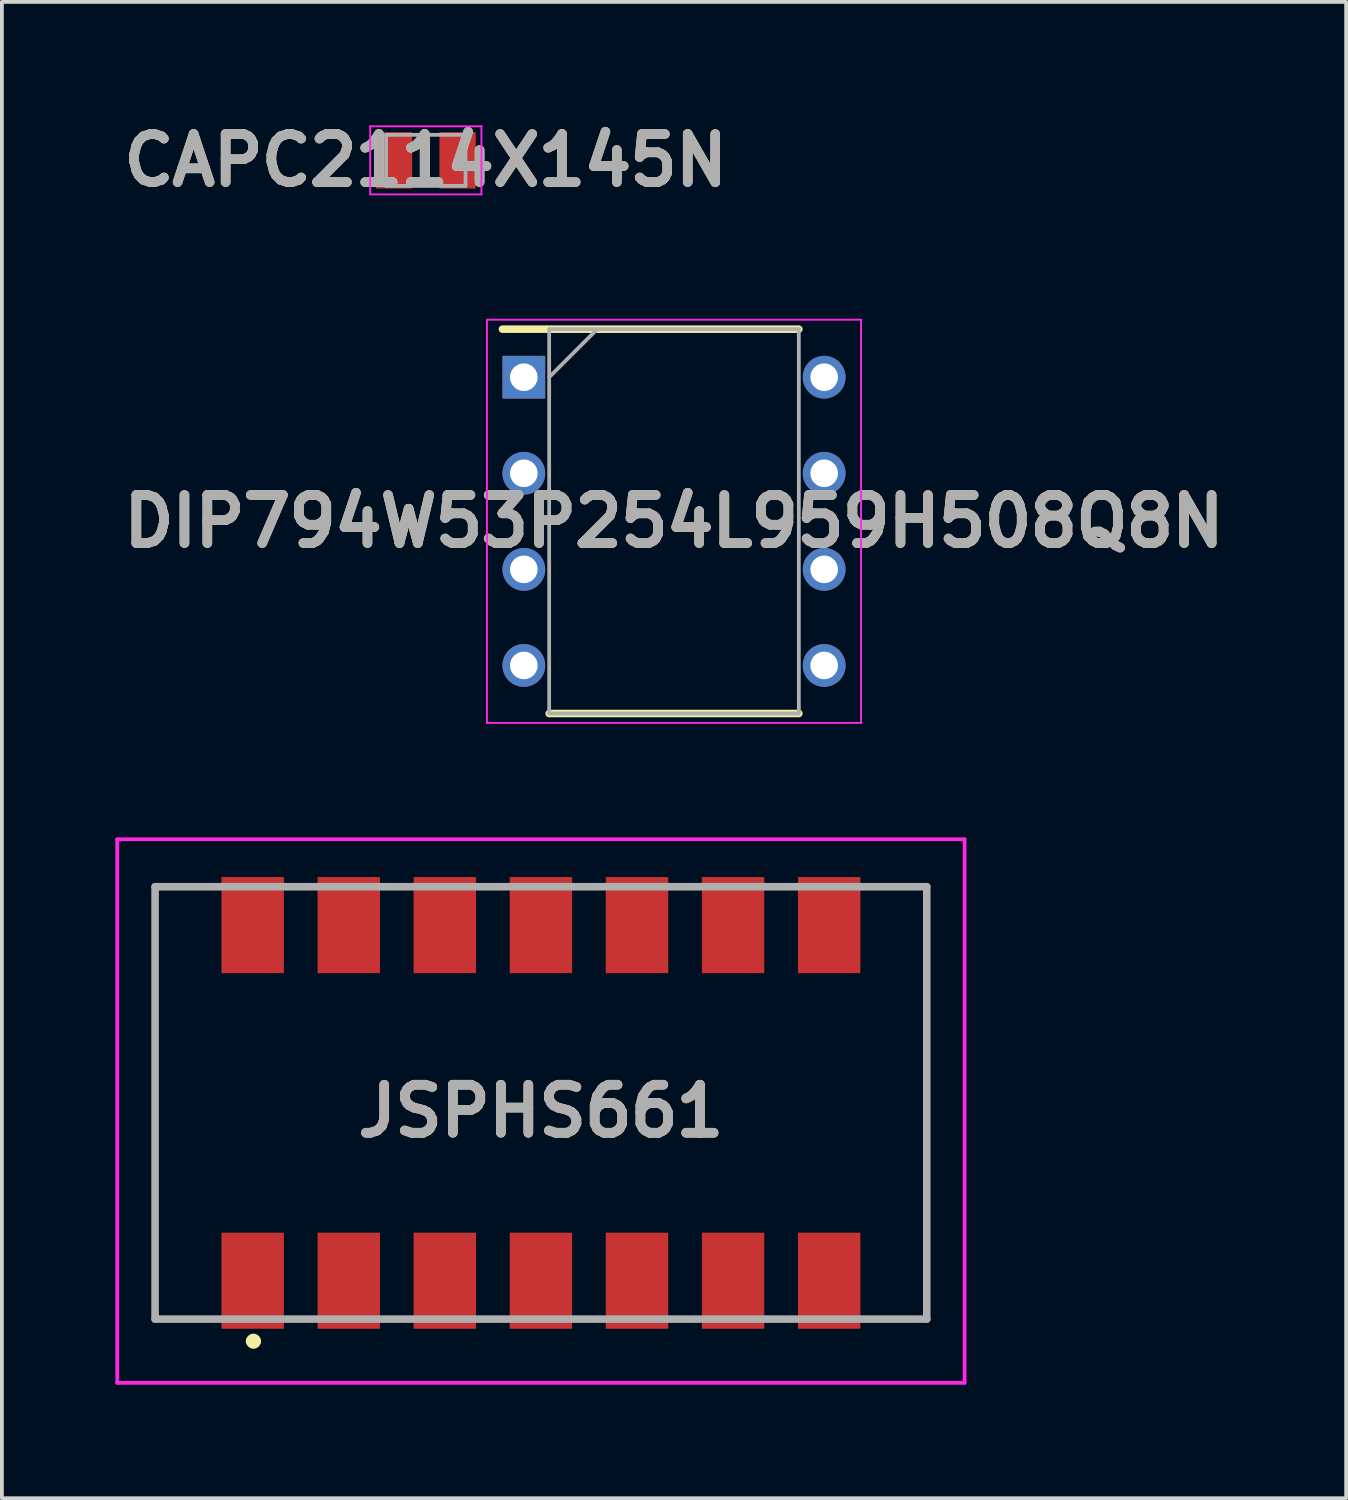
<source format=kicad_pcb>
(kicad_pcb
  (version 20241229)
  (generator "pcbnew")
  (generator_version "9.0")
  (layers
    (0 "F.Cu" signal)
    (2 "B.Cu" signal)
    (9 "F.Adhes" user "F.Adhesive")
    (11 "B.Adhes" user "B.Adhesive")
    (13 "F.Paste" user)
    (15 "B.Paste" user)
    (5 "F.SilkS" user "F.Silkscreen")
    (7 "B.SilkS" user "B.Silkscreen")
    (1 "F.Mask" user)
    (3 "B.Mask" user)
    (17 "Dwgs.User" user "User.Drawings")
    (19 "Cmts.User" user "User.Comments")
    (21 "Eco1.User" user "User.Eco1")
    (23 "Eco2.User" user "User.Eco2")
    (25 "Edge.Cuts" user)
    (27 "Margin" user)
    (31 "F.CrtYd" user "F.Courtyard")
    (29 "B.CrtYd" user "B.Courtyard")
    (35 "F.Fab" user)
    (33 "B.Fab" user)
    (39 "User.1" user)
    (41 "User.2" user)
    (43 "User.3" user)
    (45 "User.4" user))
  (footprint "JSPHS661"
    (layer "F.Cu")
    (at 11.25 26.322)
    (property "Reference" "JSPHS661" (at 0 0 0) (layer "F.SilkS") (effects (font (size 1.27 1.27) (thickness 0.254))))
    (attr smd)
    (fp_line (start -10.2 -5.93) (end -10.2 5.5) (stroke (width 0.1) (type solid)) (layer "F.SilkS"))
    (fp_line (start -10.2 5.5) (end -9 5.5) (stroke (width 0.1) (type solid)) (layer "F.SilkS"))
    (fp_line (start -9 -5.93) (end -10.2 -5.93) (stroke (width 0.1) (type solid)) (layer "F.SilkS"))
    (fp_line (start -7.7 6.085) (end -7.7 6.085) (stroke (width 0.2) (type solid)) (layer "F.SilkS"))
    (fp_line (start -7.5 6.085) (end -7.5 6.085) (stroke (width 0.2) (type solid)) (layer "F.SilkS"))
    (fp_line (start 9 -5.93) (end 10.2 -5.93) (stroke (width 0.1) (type solid)) (layer "F.SilkS"))
    (fp_line (start 10.2 -5.93) (end 10.2 5.5) (stroke (width 0.1) (type solid)) (layer "F.SilkS"))
    (fp_line (start 10.2 5.5) (end 9 5.5) (stroke (width 0.1) (type solid)) (layer "F.SilkS"))
    (fp_arc (start -7.7 6.085) (mid -7.6 5.985) (end -7.5 6.085) (stroke (width 0.2) (type solid)) (layer "F.SilkS"))
    (fp_arc (start -7.5 6.085) (mid -7.6 6.185) (end -7.7 6.085) (stroke (width 0.2) (type solid)) (layer "F.SilkS"))
    (fp_line (start -11.2 -7.185) (end 11.2 -7.185) (stroke (width 0.1) (type solid)) (layer "F.CrtYd"))
    (fp_line (start -11.2 7.185) (end -11.2 -7.185) (stroke (width 0.1) (type solid)) (layer "F.CrtYd"))
    (fp_line (start 11.2 -7.185) (end 11.2 7.185) (stroke (width 0.1) (type solid)) (layer "F.CrtYd"))
    (fp_line (start 11.2 7.185) (end -11.2 7.185) (stroke (width 0.1) (type solid)) (layer "F.CrtYd"))
    (fp_line (start -10.2 -5.93) (end 10.2 -5.93) (stroke (width 0.2) (type solid)) (layer "F.Fab"))
    (fp_line (start -10.2 5.5) (end -10.2 -5.93) (stroke (width 0.2) (type solid)) (layer "F.Fab"))
    (fp_line (start 10.2 -5.93) (end 10.2 5.5) (stroke (width 0.2) (type solid)) (layer "F.Fab"))
    (fp_line (start 10.2 5.5) (end -10.2 5.5) (stroke (width 0.2) (type solid)) (layer "F.Fab"))
    (fp_text user "${REFERENCE}" (at 0 0 0) (layer "F.Fab") (effects (font (size 1.27 1.27) (thickness 0.254))))
    (pad "1" smd rect (at -7.62 4.485) (size 1.65 2.54) (layers "F.Cu" "F.Mask" "F.Paste"))
    (pad "2" smd rect (at -5.08 4.485) (size 1.65 2.54) (layers "F.Cu" "F.Mask" "F.Paste"))
    (pad "3" smd rect (at -2.54 4.485) (size 1.65 2.54) (layers "F.Cu" "F.Mask" "F.Paste"))
    (pad "4" smd rect (at 0 4.485) (size 1.65 2.54) (layers "F.Cu" "F.Mask" "F.Paste"))
    (pad "5" smd rect (at 2.54 4.485) (size 1.65 2.54) (layers "F.Cu" "F.Mask" "F.Paste"))
    (pad "6" smd rect (at 5.08 4.485) (size 1.65 2.54) (layers "F.Cu" "F.Mask" "F.Paste"))
    (pad "7" smd rect (at 7.62 4.485) (size 1.65 2.54) (layers "F.Cu" "F.Mask" "F.Paste"))
    (pad "8" smd rect (at 7.62 -4.915) (size 1.65 2.54) (layers "F.Cu" "F.Mask" "F.Paste"))
    (pad "9" smd rect (at 5.08 -4.915) (size 1.65 2.54) (layers "F.Cu" "F.Mask" "F.Paste"))
    (pad "10" smd rect (at 2.54 -4.915) (size 1.65 2.54) (layers "F.Cu" "F.Mask" "F.Paste"))
    (pad "11" smd rect (at 0 -4.915) (size 1.65 2.54) (layers "F.Cu" "F.Mask" "F.Paste"))
    (pad "12" smd rect (at -2.54 -4.915) (size 1.65 2.54) (layers "F.Cu" "F.Mask" "F.Paste"))
    (pad "13" smd rect (at -5.08 -4.915) (size 1.65 2.54) (layers "F.Cu" "F.Mask" "F.Paste"))
    (pad "14" smd rect (at -7.62 -4.915) (size 1.65 2.54) (layers "F.Cu" "F.Mask" "F.Paste")))
  (footprint "CAPC2114X145N"
    (layer "F.Cu")
    (at 8.207 1.189)
    (property "Reference" "CAPC2114X145N" (at 0 0 0) (layer "F.SilkS") (effects (font (size 1.27 1.27) (thickness 0.254))))
    (attr smd)
    (fp_line (start 0 -0.575) (end 0 0.575) (stroke (width 0.2) (type solid)) (layer "F.SilkS"))
    (fp_line (start -1.47 -0.9) (end 1.47 -0.9) (stroke (width 0.05) (type solid)) (layer "F.CrtYd"))
    (fp_line (start -1.47 0.9) (end -1.47 -0.9) (stroke (width 0.05) (type solid)) (layer "F.CrtYd"))
    (fp_line (start 1.47 -0.9) (end 1.47 0.9) (stroke (width 0.05) (type solid)) (layer "F.CrtYd"))
    (fp_line (start 1.47 0.9) (end -1.47 0.9) (stroke (width 0.05) (type solid)) (layer "F.CrtYd"))
    (fp_line (start -1.05 -0.675) (end 1.05 -0.675) (stroke (width 0.1) (type solid)) (layer "F.Fab"))
    (fp_line (start -1.05 0.675) (end -1.05 -0.675) (stroke (width 0.1) (type solid)) (layer "F.Fab"))
    (fp_line (start 1.05 -0.675) (end 1.05 0.675) (stroke (width 0.1) (type solid)) (layer "F.Fab"))
    (fp_line (start 1.05 0.675) (end -1.05 0.675) (stroke (width 0.1) (type solid)) (layer "F.Fab"))
    (fp_text user "${REFERENCE}" (at 0 0 0) (layer "F.Fab") (effects (font (size 1.27 1.27) (thickness 0.254))))
    (pad "1" smd rect (at -0.84 0) (size 0.96 1.49) (layers "F.Cu" "F.Mask" "F.Paste"))
    (pad "2" smd rect (at 0.84 0) (size 0.96 1.49) (layers "F.Cu" "F.Mask" "F.Paste")))
  (footprint "DIP794W53P254L959H508Q8N"
    (layer "F.Cu")
    (at 14.768 10.732)
    (property "Reference" "DIP794W53P254L959H508Q8N" (at 0 0 0) (layer "F.SilkS") (effects (font (size 1.27 1.27) (thickness 0.254))))
    (attr through_hole)
    (fp_line (start -4.535 -5.08) (end 3.3 -5.08) (stroke (width 0.2) (type solid)) (layer "F.SilkS"))
    (fp_line (start -3.3 5.08) (end 3.3 5.08) (stroke (width 0.2) (type solid)) (layer "F.SilkS"))
    (fp_line (start -4.945 -5.33) (end 4.945 -5.33) (stroke (width 0.05) (type solid)) (layer "F.CrtYd"))
    (fp_line (start -4.945 5.33) (end -4.945 -5.33) (stroke (width 0.05) (type solid)) (layer "F.CrtYd"))
    (fp_line (start 4.945 -5.33) (end 4.945 5.33) (stroke (width 0.05) (type solid)) (layer "F.CrtYd"))
    (fp_line (start 4.945 5.33) (end -4.945 5.33) (stroke (width 0.05) (type solid)) (layer "F.CrtYd"))
    (fp_line (start -3.3 -5.08) (end 3.3 -5.08) (stroke (width 0.1) (type solid)) (layer "F.Fab"))
    (fp_line (start -3.3 -3.81) (end -2.03 -5.08) (stroke (width 0.1) (type solid)) (layer "F.Fab"))
    (fp_line (start -3.3 5.08) (end -3.3 -5.08) (stroke (width 0.1) (type solid)) (layer "F.Fab"))
    (fp_line (start 3.3 -5.08) (end 3.3 5.08) (stroke (width 0.1) (type solid)) (layer "F.Fab"))
    (fp_line (start 3.3 5.08) (end -3.3 5.08) (stroke (width 0.1) (type solid)) (layer "F.Fab"))
    (fp_text user "${REFERENCE}" (at 0 0 0) (layer "F.Fab") (effects (font (size 1.27 1.27) (thickness 0.254))))
    (pad "1" thru_hole rect (at -3.97 -3.81) (size 1.13 1.13) (drill 0.73) (layers "*.Cu" "*.Mask"))
    (pad "2" thru_hole circle (at -3.97 -1.27) (size 1.13 1.13) (drill 0.73) (layers "*.Cu" "*.Mask"))
    (pad "3" thru_hole circle (at -3.97 1.27) (size 1.13 1.13) (drill 0.73) (layers "*.Cu" "*.Mask"))
    (pad "4" thru_hole circle (at -3.97 3.81) (size 1.13 1.13) (drill 0.73) (layers "*.Cu" "*.Mask"))
    (pad "5" thru_hole circle (at 3.97 3.81) (size 1.13 1.13) (drill 0.73) (layers "*.Cu" "*.Mask"))
    (pad "6" thru_hole circle (at 3.97 1.27) (size 1.13 1.13) (drill 0.73) (layers "*.Cu" "*.Mask"))
    (pad "7" thru_hole circle (at 3.97 -1.27) (size 1.13 1.13) (drill 0.73) (layers "*.Cu" "*.Mask"))
    (pad "8" thru_hole circle (at 3.97 -3.81) (size 1.13 1.13) (drill 0.73) (layers "*.Cu" "*.Mask")))
  (gr_rect
    (start -3 -3)
    (end 32.537 36.557)
    (stroke (width 0.1) (type default))
    (fill no)
    (layer "Edge.Cuts")))
</source>
